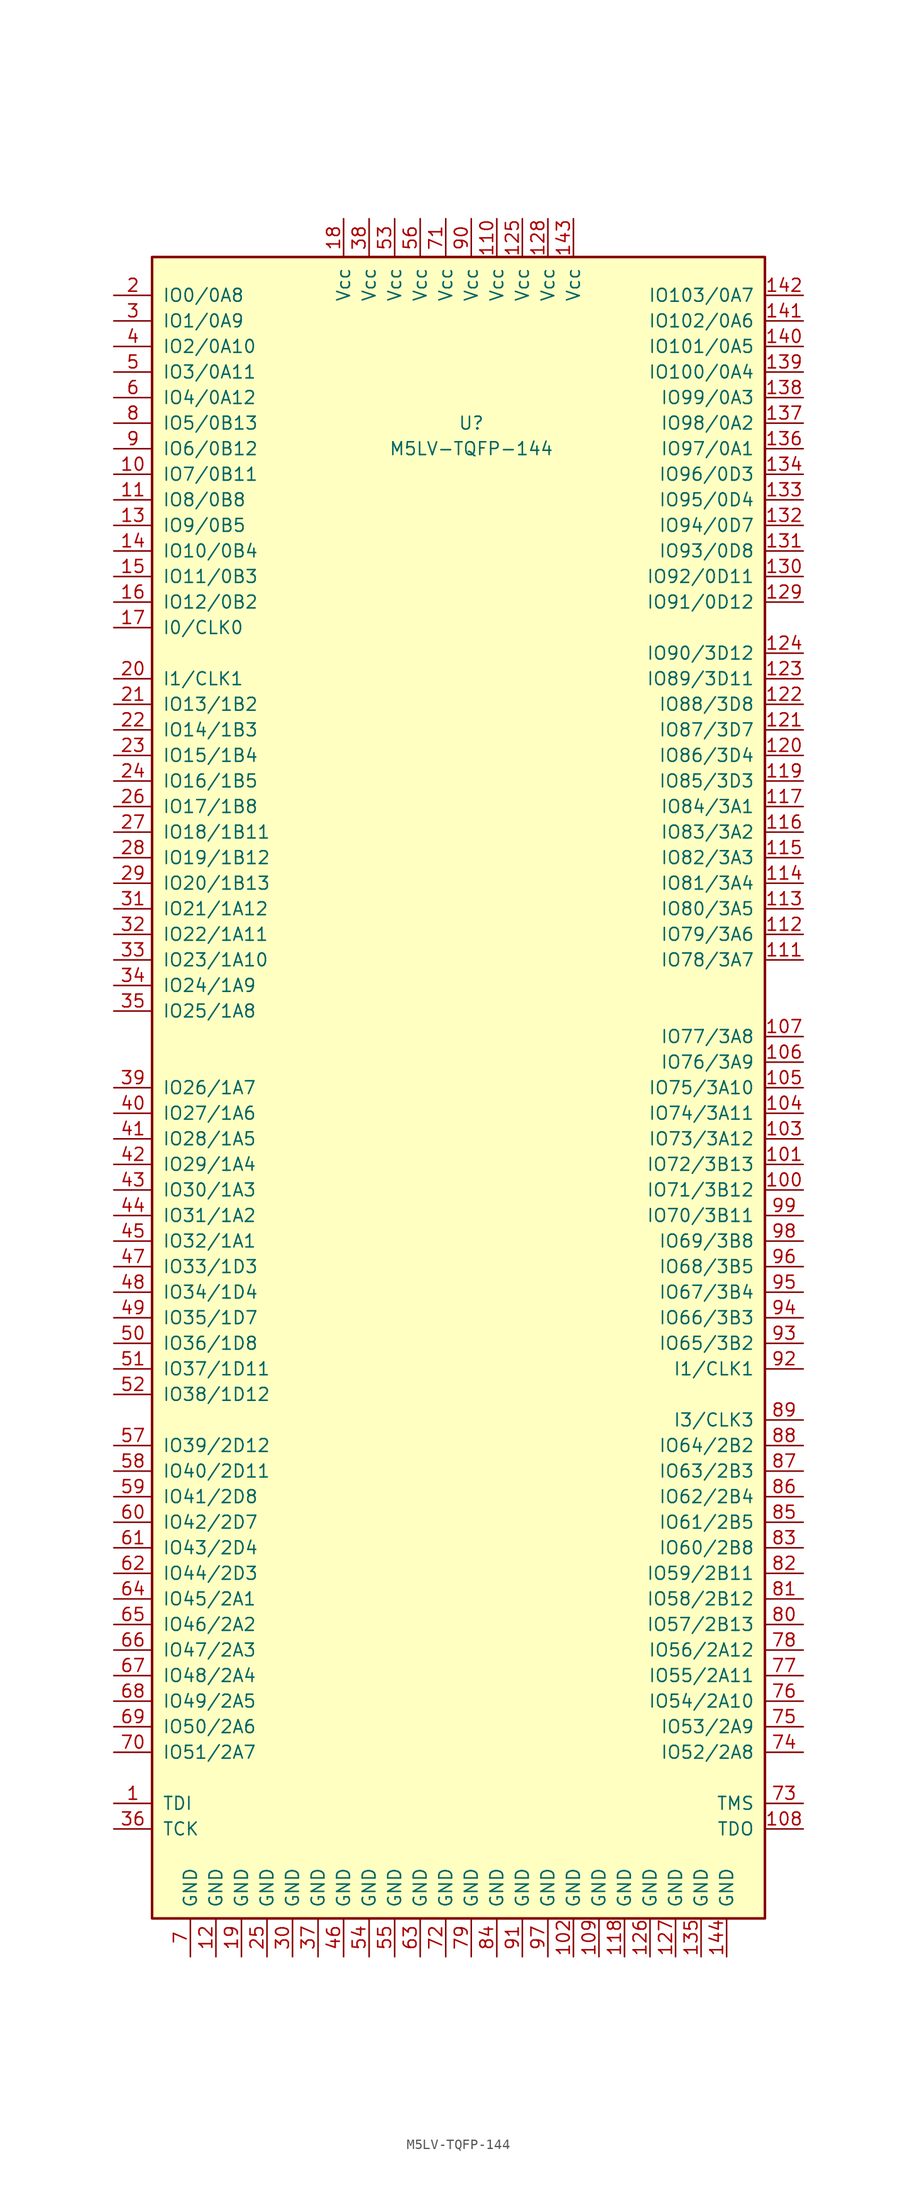
<source format=kicad_sym>
(kicad_symbol_lib
  (version 20220914)
  (generator kicad_symbol_editor)
  (symbol "M5LV-TQFP-144"
    (pin_names
      (offset 1.016))
    (property "Reference" "U"
      (at 1.27 66.04 0)
      (effects (font (size 1.27 1.27))))
    (property "Value" "M5LV-TQFP-144"
      (at 1.27 63.5 0)
      (effects (font (size 1.27 1.27))))
    (symbol "M5LV-TQFP-144_0_1"
      (rectangle (start 30.48 -82.55) (end -30.48 82.55) (stroke (width 0.254) (type default)) (fill (type background))))
    (symbol "M5LV-TQFP-144_1_1"
      (pin input line (at -34.29 -71.12 0) (length 3.81) (name "TDI" (effects (font (size 1.27 1.27)))) (number "1" (effects (font (size 1.27 1.27)))))
      (pin bidirectional line (at -34.29 60.96 0) (length 3.81) (name "IO7/0B11" (effects (font (size 1.27 1.27)))) (number "10" (effects (font (size 1.27 1.27)))))
      (pin bidirectional line (at 34.29 -10.16 180) (length 3.81) (name "IO71/3B12" (effects (font (size 1.27 1.27)))) (number "100" (effects (font (size 1.27 1.27)))))
      (pin bidirectional line (at 34.29 -7.62 180) (length 3.81) (name "IO72/3B13" (effects (font (size 1.27 1.27)))) (number "101" (effects (font (size 1.27 1.27)))))
      (pin power_in line (at 11.43 -86.36 90) (length 3.81) (name "GND" (effects (font (size 1.27 1.27)))) (number "102" (effects (font (size 1.27 1.27)))))
      (pin bidirectional line (at 34.29 -5.08 180) (length 3.81) (name "IO73/3A12" (effects (font (size 1.27 1.27)))) (number "103" (effects (font (size 1.27 1.27)))))
      (pin bidirectional line (at 34.29 -2.54 180) (length 3.81) (name "IO74/3A11" (effects (font (size 1.27 1.27)))) (number "104" (effects (font (size 1.27 1.27)))))
      (pin bidirectional line (at 34.29 0 180) (length 3.81) (name "IO75/3A10" (effects (font (size 1.27 1.27)))) (number "105" (effects (font (size 1.27 1.27)))))
      (pin bidirectional line (at 34.29 2.54 180) (length 3.81) (name "IO76/3A9" (effects (font (size 1.27 1.27)))) (number "106" (effects (font (size 1.27 1.27)))))
      (pin bidirectional line (at 34.29 5.08 180) (length 3.81) (name "IO77/3A8" (effects (font (size 1.27 1.27)))) (number "107" (effects (font (size 1.27 1.27)))))
      (pin input line (at 34.29 -73.66 180) (length 3.81) (name "TDO" (effects (font (size 1.27 1.27)))) (number "108" (effects (font (size 1.27 1.27)))))
      (pin power_in line (at 13.97 -86.36 90) (length 3.81) (name "GND" (effects (font (size 1.27 1.27)))) (number "109" (effects (font (size 1.27 1.27)))))
      (pin bidirectional line (at -34.29 58.42 0) (length 3.81) (name "IO8/0B8" (effects (font (size 1.27 1.27)))) (number "11" (effects (font (size 1.27 1.27)))))
      (pin power_in line (at 3.81 86.36 270) (length 3.81) (name "Vcc" (effects (font (size 1.27 1.27)))) (number "110" (effects (font (size 1.27 1.27)))))
      (pin bidirectional line (at 34.29 12.7 180) (length 3.81) (name "IO78/3A7" (effects (font (size 1.27 1.27)))) (number "111" (effects (font (size 1.27 1.27)))))
      (pin bidirectional line (at 34.29 15.24 180) (length 3.81) (name "IO79/3A6" (effects (font (size 1.27 1.27)))) (number "112" (effects (font (size 1.27 1.27)))))
      (pin bidirectional line (at 34.29 17.78 180) (length 3.81) (name "IO80/3A5" (effects (font (size 1.27 1.27)))) (number "113" (effects (font (size 1.27 1.27)))))
      (pin bidirectional line (at 34.29 20.32 180) (length 3.81) (name "IO81/3A4" (effects (font (size 1.27 1.27)))) (number "114" (effects (font (size 1.27 1.27)))))
      (pin bidirectional line (at 34.29 22.86 180) (length 3.81) (name "IO82/3A3" (effects (font (size 1.27 1.27)))) (number "115" (effects (font (size 1.27 1.27)))))
      (pin bidirectional line (at 34.29 25.4 180) (length 3.81) (name "IO83/3A2" (effects (font (size 1.27 1.27)))) (number "116" (effects (font (size 1.27 1.27)))))
      (pin bidirectional line (at 34.29 27.94 180) (length 3.81) (name "IO84/3A1" (effects (font (size 1.27 1.27)))) (number "117" (effects (font (size 1.27 1.27)))))
      (pin power_in line (at 16.51 -86.36 90) (length 3.81) (name "GND" (effects (font (size 1.27 1.27)))) (number "118" (effects (font (size 1.27 1.27)))))
      (pin bidirectional line (at 34.29 30.48 180) (length 3.81) (name "IO85/3D3" (effects (font (size 1.27 1.27)))) (number "119" (effects (font (size 1.27 1.27)))))
      (pin power_in line (at -24.13 -86.36 90) (length 3.81) (name "GND" (effects (font (size 1.27 1.27)))) (number "12" (effects (font (size 1.27 1.27)))))
      (pin bidirectional line (at 34.29 33.02 180) (length 3.81) (name "IO86/3D4" (effects (font (size 1.27 1.27)))) (number "120" (effects (font (size 1.27 1.27)))))
      (pin bidirectional line (at 34.29 35.56 180) (length 3.81) (name "IO87/3D7" (effects (font (size 1.27 1.27)))) (number "121" (effects (font (size 1.27 1.27)))))
      (pin bidirectional line (at 34.29 38.1 180) (length 3.81) (name "IO88/3D8" (effects (font (size 1.27 1.27)))) (number "122" (effects (font (size 1.27 1.27)))))
      (pin bidirectional line (at 34.29 40.64 180) (length 3.81) (name "IO89/3D11" (effects (font (size 1.27 1.27)))) (number "123" (effects (font (size 1.27 1.27)))))
      (pin bidirectional line (at 34.29 43.18 180) (length 3.81) (name "IO90/3D12" (effects (font (size 1.27 1.27)))) (number "124" (effects (font (size 1.27 1.27)))))
      (pin power_in line (at 6.35 86.36 270) (length 3.81) (name "Vcc" (effects (font (size 1.27 1.27)))) (number "125" (effects (font (size 1.27 1.27)))))
      (pin power_in line (at 19.05 -86.36 90) (length 3.81) (name "GND" (effects (font (size 1.27 1.27)))) (number "126" (effects (font (size 1.27 1.27)))))
      (pin power_in line (at 21.59 -86.36 90) (length 3.81) (name "GND" (effects (font (size 1.27 1.27)))) (number "127" (effects (font (size 1.27 1.27)))))
      (pin power_in line (at 8.89 86.36 270) (length 3.81) (name "Vcc" (effects (font (size 1.27 1.27)))) (number "128" (effects (font (size 1.27 1.27)))))
      (pin bidirectional line (at 34.29 48.26 180) (length 3.81) (name "IO91/0D12" (effects (font (size 1.27 1.27)))) (number "129" (effects (font (size 1.27 1.27)))))
      (pin bidirectional line (at -34.29 55.88 0) (length 3.81) (name "IO9/0B5" (effects (font (size 1.27 1.27)))) (number "13" (effects (font (size 1.27 1.27)))))
      (pin bidirectional line (at 34.29 50.8 180) (length 3.81) (name "IO92/0D11" (effects (font (size 1.27 1.27)))) (number "130" (effects (font (size 1.27 1.27)))))
      (pin bidirectional line (at 34.29 53.34 180) (length 3.81) (name "IO93/0D8" (effects (font (size 1.27 1.27)))) (number "131" (effects (font (size 1.27 1.27)))))
      (pin bidirectional line (at 34.29 55.88 180) (length 3.81) (name "IO94/0D7" (effects (font (size 1.27 1.27)))) (number "132" (effects (font (size 1.27 1.27)))))
      (pin bidirectional line (at 34.29 58.42 180) (length 3.81) (name "IO95/0D4" (effects (font (size 1.27 1.27)))) (number "133" (effects (font (size 1.27 1.27)))))
      (pin bidirectional line (at 34.29 60.96 180) (length 3.81) (name "IO96/0D3" (effects (font (size 1.27 1.27)))) (number "134" (effects (font (size 1.27 1.27)))))
      (pin power_in line (at 24.13 -86.36 90) (length 3.81) (name "GND" (effects (font (size 1.27 1.27)))) (number "135" (effects (font (size 1.27 1.27)))))
      (pin bidirectional line (at 34.29 63.5 180) (length 3.81) (name "IO97/0A1" (effects (font (size 1.27 1.27)))) (number "136" (effects (font (size 1.27 1.27)))))
      (pin bidirectional line (at 34.29 66.04 180) (length 3.81) (name "IO98/0A2" (effects (font (size 1.27 1.27)))) (number "137" (effects (font (size 1.27 1.27)))))
      (pin bidirectional line (at 34.29 68.58 180) (length 3.81) (name "IO99/0A3" (effects (font (size 1.27 1.27)))) (number "138" (effects (font (size 1.27 1.27)))))
      (pin bidirectional line (at 34.29 71.12 180) (length 3.81) (name "IO100/0A4" (effects (font (size 1.27 1.27)))) (number "139" (effects (font (size 1.27 1.27)))))
      (pin bidirectional line (at -34.29 53.34 0) (length 3.81) (name "IO10/0B4" (effects (font (size 1.27 1.27)))) (number "14" (effects (font (size 1.27 1.27)))))
      (pin bidirectional line (at 34.29 73.66 180) (length 3.81) (name "IO101/0A5" (effects (font (size 1.27 1.27)))) (number "140" (effects (font (size 1.27 1.27)))))
      (pin bidirectional line (at 34.29 76.2 180) (length 3.81) (name "IO102/0A6" (effects (font (size 1.27 1.27)))) (number "141" (effects (font (size 1.27 1.27)))))
      (pin bidirectional line (at 34.29 78.74 180) (length 3.81) (name "IO103/0A7" (effects (font (size 1.27 1.27)))) (number "142" (effects (font (size 1.27 1.27)))))
      (pin power_in line (at 11.43 86.36 270) (length 3.81) (name "Vcc" (effects (font (size 1.27 1.27)))) (number "143" (effects (font (size 1.27 1.27)))))
      (pin power_in line (at 26.67 -86.36 90) (length 3.81) (name "GND" (effects (font (size 1.27 1.27)))) (number "144" (effects (font (size 1.27 1.27)))))
      (pin bidirectional line (at -34.29 50.8 0) (length 3.81) (name "IO11/0B3" (effects (font (size 1.27 1.27)))) (number "15" (effects (font (size 1.27 1.27)))))
      (pin bidirectional line (at -34.29 48.26 0) (length 3.81) (name "IO12/0B2" (effects (font (size 1.27 1.27)))) (number "16" (effects (font (size 1.27 1.27)))))
      (pin input line (at -34.29 45.72 0) (length 3.81) (name "I0/CLK0" (effects (font (size 1.27 1.27)))) (number "17" (effects (font (size 1.27 1.27)))))
      (pin power_in line (at -11.43 86.36 270) (length 3.81) (name "Vcc" (effects (font (size 1.27 1.27)))) (number "18" (effects (font (size 1.27 1.27)))))
      (pin power_in line (at -21.59 -86.36 90) (length 3.81) (name "GND" (effects (font (size 1.27 1.27)))) (number "19" (effects (font (size 1.27 1.27)))))
      (pin bidirectional line (at -34.29 78.74 0) (length 3.81) (name "IO0/0A8" (effects (font (size 1.27 1.27)))) (number "2" (effects (font (size 1.27 1.27)))))
      (pin input line (at -34.29 40.64 0) (length 3.81) (name "I1/CLK1" (effects (font (size 1.27 1.27)))) (number "20" (effects (font (size 1.27 1.27)))))
      (pin bidirectional line (at -34.29 38.1 0) (length 3.81) (name "IO13/1B2" (effects (font (size 1.27 1.27)))) (number "21" (effects (font (size 1.27 1.27)))))
      (pin bidirectional line (at -34.29 35.56 0) (length 3.81) (name "IO14/1B3" (effects (font (size 1.27 1.27)))) (number "22" (effects (font (size 1.27 1.27)))))
      (pin bidirectional line (at -34.29 33.02 0) (length 3.81) (name "IO15/1B4" (effects (font (size 1.27 1.27)))) (number "23" (effects (font (size 1.27 1.27)))))
      (pin bidirectional line (at -34.29 30.48 0) (length 3.81) (name "IO16/1B5" (effects (font (size 1.27 1.27)))) (number "24" (effects (font (size 1.27 1.27)))))
      (pin power_in line (at -19.05 -86.36 90) (length 3.81) (name "GND" (effects (font (size 1.27 1.27)))) (number "25" (effects (font (size 1.27 1.27)))))
      (pin bidirectional line (at -34.29 27.94 0) (length 3.81) (name "IO17/1B8" (effects (font (size 1.27 1.27)))) (number "26" (effects (font (size 1.27 1.27)))))
      (pin bidirectional line (at -34.29 25.4 0) (length 3.81) (name "IO18/1B11" (effects (font (size 1.27 1.27)))) (number "27" (effects (font (size 1.27 1.27)))))
      (pin bidirectional line (at -34.29 22.86 0) (length 3.81) (name "IO19/1B12" (effects (font (size 1.27 1.27)))) (number "28" (effects (font (size 1.27 1.27)))))
      (pin bidirectional line (at -34.29 20.32 0) (length 3.81) (name "IO20/1B13" (effects (font (size 1.27 1.27)))) (number "29" (effects (font (size 1.27 1.27)))))
      (pin bidirectional line (at -34.29 76.2 0) (length 3.81) (name "IO1/0A9" (effects (font (size 1.27 1.27)))) (number "3" (effects (font (size 1.27 1.27)))))
      (pin power_in line (at -16.51 -86.36 90) (length 3.81) (name "GND" (effects (font (size 1.27 1.27)))) (number "30" (effects (font (size 1.27 1.27)))))
      (pin bidirectional line (at -34.29 17.78 0) (length 3.81) (name "IO21/1A12" (effects (font (size 1.27 1.27)))) (number "31" (effects (font (size 1.27 1.27)))))
      (pin bidirectional line (at -34.29 15.24 0) (length 3.81) (name "IO22/1A11" (effects (font (size 1.27 1.27)))) (number "32" (effects (font (size 1.27 1.27)))))
      (pin bidirectional line (at -34.29 12.7 0) (length 3.81) (name "IO23/1A10" (effects (font (size 1.27 1.27)))) (number "33" (effects (font (size 1.27 1.27)))))
      (pin bidirectional line (at -34.29 10.16 0) (length 3.81) (name "IO24/1A9" (effects (font (size 1.27 1.27)))) (number "34" (effects (font (size 1.27 1.27)))))
      (pin bidirectional line (at -34.29 7.62 0) (length 3.81) (name "IO25/1A8" (effects (font (size 1.27 1.27)))) (number "35" (effects (font (size 1.27 1.27)))))
      (pin input line (at -34.29 -73.66 0) (length 3.81) (name "TCK" (effects (font (size 1.27 1.27)))) (number "36" (effects (font (size 1.27 1.27)))))
      (pin power_in line (at -13.97 -86.36 90) (length 3.81) (name "GND" (effects (font (size 1.27 1.27)))) (number "37" (effects (font (size 1.27 1.27)))))
      (pin power_in line (at -8.89 86.36 270) (length 3.81) (name "Vcc" (effects (font (size 1.27 1.27)))) (number "38" (effects (font (size 1.27 1.27)))))
      (pin bidirectional line (at -34.29 0 0) (length 3.81) (name "IO26/1A7" (effects (font (size 1.27 1.27)))) (number "39" (effects (font (size 1.27 1.27)))))
      (pin bidirectional line (at -34.29 73.66 0) (length 3.81) (name "IO2/0A10" (effects (font (size 1.27 1.27)))) (number "4" (effects (font (size 1.27 1.27)))))
      (pin bidirectional line (at -34.29 -2.54 0) (length 3.81) (name "IO27/1A6" (effects (font (size 1.27 1.27)))) (number "40" (effects (font (size 1.27 1.27)))))
      (pin bidirectional line (at -34.29 -5.08 0) (length 3.81) (name "IO28/1A5" (effects (font (size 1.27 1.27)))) (number "41" (effects (font (size 1.27 1.27)))))
      (pin bidirectional line (at -34.29 -7.62 0) (length 3.81) (name "IO29/1A4" (effects (font (size 1.27 1.27)))) (number "42" (effects (font (size 1.27 1.27)))))
      (pin bidirectional line (at -34.29 -10.16 0) (length 3.81) (name "IO30/1A3" (effects (font (size 1.27 1.27)))) (number "43" (effects (font (size 1.27 1.27)))))
      (pin bidirectional line (at -34.29 -12.7 0) (length 3.81) (name "IO31/1A2" (effects (font (size 1.27 1.27)))) (number "44" (effects (font (size 1.27 1.27)))))
      (pin bidirectional line (at -34.29 -15.24 0) (length 3.81) (name "IO32/1A1" (effects (font (size 1.27 1.27)))) (number "45" (effects (font (size 1.27 1.27)))))
      (pin power_in line (at -11.43 -86.36 90) (length 3.81) (name "GND" (effects (font (size 1.27 1.27)))) (number "46" (effects (font (size 1.27 1.27)))))
      (pin bidirectional line (at -34.29 -17.78 0) (length 3.81) (name "IO33/1D3" (effects (font (size 1.27 1.27)))) (number "47" (effects (font (size 1.27 1.27)))))
      (pin bidirectional line (at -34.29 -20.32 0) (length 3.81) (name "IO34/1D4" (effects (font (size 1.27 1.27)))) (number "48" (effects (font (size 1.27 1.27)))))
      (pin bidirectional line (at -34.29 -22.86 0) (length 3.81) (name "IO35/1D7" (effects (font (size 1.27 1.27)))) (number "49" (effects (font (size 1.27 1.27)))))
      (pin bidirectional line (at -34.29 71.12 0) (length 3.81) (name "IO3/0A11" (effects (font (size 1.27 1.27)))) (number "5" (effects (font (size 1.27 1.27)))))
      (pin bidirectional line (at -34.29 -25.4 0) (length 3.81) (name "IO36/1D8" (effects (font (size 1.27 1.27)))) (number "50" (effects (font (size 1.27 1.27)))))
      (pin bidirectional line (at -34.29 -27.94 0) (length 3.81) (name "IO37/1D11" (effects (font (size 1.27 1.27)))) (number "51" (effects (font (size 1.27 1.27)))))
      (pin bidirectional line (at -34.29 -30.48 0) (length 3.81) (name "IO38/1D12" (effects (font (size 1.27 1.27)))) (number "52" (effects (font (size 1.27 1.27)))))
      (pin power_in line (at -6.35 86.36 270) (length 3.81) (name "Vcc" (effects (font (size 1.27 1.27)))) (number "53" (effects (font (size 1.27 1.27)))))
      (pin power_in line (at -8.89 -86.36 90) (length 3.81) (name "GND" (effects (font (size 1.27 1.27)))) (number "54" (effects (font (size 1.27 1.27)))))
      (pin power_in line (at -6.35 -86.36 90) (length 3.81) (name "GND" (effects (font (size 1.27 1.27)))) (number "55" (effects (font (size 1.27 1.27)))))
      (pin power_in line (at -3.81 86.36 270) (length 3.81) (name "Vcc" (effects (font (size 1.27 1.27)))) (number "56" (effects (font (size 1.27 1.27)))))
      (pin bidirectional line (at -34.29 -35.56 0) (length 3.81) (name "IO39/2D12" (effects (font (size 1.27 1.27)))) (number "57" (effects (font (size 1.27 1.27)))))
      (pin bidirectional line (at -34.29 -38.1 0) (length 3.81) (name "IO40/2D11" (effects (font (size 1.27 1.27)))) (number "58" (effects (font (size 1.27 1.27)))))
      (pin bidirectional line (at -34.29 -40.64 0) (length 3.81) (name "IO41/2D8" (effects (font (size 1.27 1.27)))) (number "59" (effects (font (size 1.27 1.27)))))
      (pin bidirectional line (at -34.29 68.58 0) (length 3.81) (name "IO4/0A12" (effects (font (size 1.27 1.27)))) (number "6" (effects (font (size 1.27 1.27)))))
      (pin bidirectional line (at -34.29 -43.18 0) (length 3.81) (name "IO42/2D7" (effects (font (size 1.27 1.27)))) (number "60" (effects (font (size 1.27 1.27)))))
      (pin bidirectional line (at -34.29 -45.72 0) (length 3.81) (name "IO43/2D4" (effects (font (size 1.27 1.27)))) (number "61" (effects (font (size 1.27 1.27)))))
      (pin bidirectional line (at -34.29 -48.26 0) (length 3.81) (name "IO44/2D3" (effects (font (size 1.27 1.27)))) (number "62" (effects (font (size 1.27 1.27)))))
      (pin power_in line (at -3.81 -86.36 90) (length 3.81) (name "GND" (effects (font (size 1.27 1.27)))) (number "63" (effects (font (size 1.27 1.27)))))
      (pin bidirectional line (at -34.29 -50.8 0) (length 3.81) (name "IO45/2A1" (effects (font (size 1.27 1.27)))) (number "64" (effects (font (size 1.27 1.27)))))
      (pin bidirectional line (at -34.29 -53.34 0) (length 3.81) (name "IO46/2A2" (effects (font (size 1.27 1.27)))) (number "65" (effects (font (size 1.27 1.27)))))
      (pin bidirectional line (at -34.29 -55.88 0) (length 3.81) (name "IO47/2A3" (effects (font (size 1.27 1.27)))) (number "66" (effects (font (size 1.27 1.27)))))
      (pin bidirectional line (at -34.29 -58.42 0) (length 3.81) (name "IO48/2A4" (effects (font (size 1.27 1.27)))) (number "67" (effects (font (size 1.27 1.27)))))
      (pin bidirectional line (at -34.29 -60.96 0) (length 3.81) (name "IO49/2A5" (effects (font (size 1.27 1.27)))) (number "68" (effects (font (size 1.27 1.27)))))
      (pin bidirectional line (at -34.29 -63.5 0) (length 3.81) (name "IO50/2A6" (effects (font (size 1.27 1.27)))) (number "69" (effects (font (size 1.27 1.27)))))
      (pin power_in line (at -26.67 -86.36 90) (length 3.81) (name "GND" (effects (font (size 1.27 1.27)))) (number "7" (effects (font (size 1.27 1.27)))))
      (pin bidirectional line (at -34.29 -66.04 0) (length 3.81) (name "IO51/2A7" (effects (font (size 1.27 1.27)))) (number "70" (effects (font (size 1.27 1.27)))))
      (pin power_in line (at -1.27 86.36 270) (length 3.81) (name "Vcc" (effects (font (size 1.27 1.27)))) (number "71" (effects (font (size 1.27 1.27)))))
      (pin power_in line (at -1.27 -86.36 90) (length 3.81) (name "GND" (effects (font (size 1.27 1.27)))) (number "72" (effects (font (size 1.27 1.27)))))
      (pin input line (at 34.29 -71.12 180) (length 3.81) (name "TMS" (effects (font (size 1.27 1.27)))) (number "73" (effects (font (size 1.27 1.27)))))
      (pin bidirectional line (at 34.29 -66.04 180) (length 3.81) (name "IO52/2A8" (effects (font (size 1.27 1.27)))) (number "74" (effects (font (size 1.27 1.27)))))
      (pin bidirectional line (at 34.29 -63.5 180) (length 3.81) (name "IO53/2A9" (effects (font (size 1.27 1.27)))) (number "75" (effects (font (size 1.27 1.27)))))
      (pin bidirectional line (at 34.29 -60.96 180) (length 3.81) (name "IO54/2A10" (effects (font (size 1.27 1.27)))) (number "76" (effects (font (size 1.27 1.27)))))
      (pin bidirectional line (at 34.29 -58.42 180) (length 3.81) (name "IO55/2A11" (effects (font (size 1.27 1.27)))) (number "77" (effects (font (size 1.27 1.27)))))
      (pin bidirectional line (at 34.29 -55.88 180) (length 3.81) (name "IO56/2A12" (effects (font (size 1.27 1.27)))) (number "78" (effects (font (size 1.27 1.27)))))
      (pin power_in line (at 1.27 -86.36 90) (length 3.81) (name "GND" (effects (font (size 1.27 1.27)))) (number "79" (effects (font (size 1.27 1.27)))))
      (pin bidirectional line (at -34.29 66.04 0) (length 3.81) (name "IO5/0B13" (effects (font (size 1.27 1.27)))) (number "8" (effects (font (size 1.27 1.27)))))
      (pin bidirectional line (at 34.29 -53.34 180) (length 3.81) (name "IO57/2B13" (effects (font (size 1.27 1.27)))) (number "80" (effects (font (size 1.27 1.27)))))
      (pin bidirectional line (at 34.29 -50.8 180) (length 3.81) (name "IO58/2B12" (effects (font (size 1.27 1.27)))) (number "81" (effects (font (size 1.27 1.27)))))
      (pin bidirectional line (at 34.29 -48.26 180) (length 3.81) (name "IO59/2B11" (effects (font (size 1.27 1.27)))) (number "82" (effects (font (size 1.27 1.27)))))
      (pin bidirectional line (at 34.29 -45.72 180) (length 3.81) (name "IO60/2B8" (effects (font (size 1.27 1.27)))) (number "83" (effects (font (size 1.27 1.27)))))
      (pin power_in line (at 3.81 -86.36 90) (length 3.81) (name "GND" (effects (font (size 1.27 1.27)))) (number "84" (effects (font (size 1.27 1.27)))))
      (pin bidirectional line (at 34.29 -43.18 180) (length 3.81) (name "IO61/2B5" (effects (font (size 1.27 1.27)))) (number "85" (effects (font (size 1.27 1.27)))))
      (pin bidirectional line (at 34.29 -40.64 180) (length 3.81) (name "IO62/2B4" (effects (font (size 1.27 1.27)))) (number "86" (effects (font (size 1.27 1.27)))))
      (pin bidirectional line (at 34.29 -38.1 180) (length 3.81) (name "IO63/2B3" (effects (font (size 1.27 1.27)))) (number "87" (effects (font (size 1.27 1.27)))))
      (pin bidirectional line (at 34.29 -35.56 180) (length 3.81) (name "IO64/2B2" (effects (font (size 1.27 1.27)))) (number "88" (effects (font (size 1.27 1.27)))))
      (pin input line (at 34.29 -33.02 180) (length 3.81) (name "I3/CLK3" (effects (font (size 1.27 1.27)))) (number "89" (effects (font (size 1.27 1.27)))))
      (pin bidirectional line (at -34.29 63.5 0) (length 3.81) (name "IO6/0B12" (effects (font (size 1.27 1.27)))) (number "9" (effects (font (size 1.27 1.27)))))
      (pin power_in line (at 1.27 86.36 270) (length 3.81) (name "Vcc" (effects (font (size 1.27 1.27)))) (number "90" (effects (font (size 1.27 1.27)))))
      (pin power_in line (at 6.35 -86.36 90) (length 3.81) (name "GND" (effects (font (size 1.27 1.27)))) (number "91" (effects (font (size 1.27 1.27)))))
      (pin input line (at 34.29 -27.94 180) (length 3.81) (name "I1/CLK1" (effects (font (size 1.27 1.27)))) (number "92" (effects (font (size 1.27 1.27)))))
      (pin bidirectional line (at 34.29 -25.4 180) (length 3.81) (name "IO65/3B2" (effects (font (size 1.27 1.27)))) (number "93" (effects (font (size 1.27 1.27)))))
      (pin bidirectional line (at 34.29 -22.86 180) (length 3.81) (name "IO66/3B3" (effects (font (size 1.27 1.27)))) (number "94" (effects (font (size 1.27 1.27)))))
      (pin bidirectional line (at 34.29 -20.32 180) (length 3.81) (name "IO67/3B4" (effects (font (size 1.27 1.27)))) (number "95" (effects (font (size 1.27 1.27)))))
      (pin bidirectional line (at 34.29 -17.78 180) (length 3.81) (name "IO68/3B5" (effects (font (size 1.27 1.27)))) (number "96" (effects (font (size 1.27 1.27)))))
      (pin power_in line (at 8.89 -86.36 90) (length 3.81) (name "GND" (effects (font (size 1.27 1.27)))) (number "97" (effects (font (size 1.27 1.27)))))
      (pin bidirectional line (at 34.29 -15.24 180) (length 3.81) (name "IO69/3B8" (effects (font (size 1.27 1.27)))) (number "98" (effects (font (size 1.27 1.27)))))
      (pin bidirectional line (at 34.29 -12.7 180) (length 3.81) (name "IO70/3B11" (effects (font (size 1.27 1.27)))) (number "99" (effects (font (size 1.27 1.27))))))))
</source>
